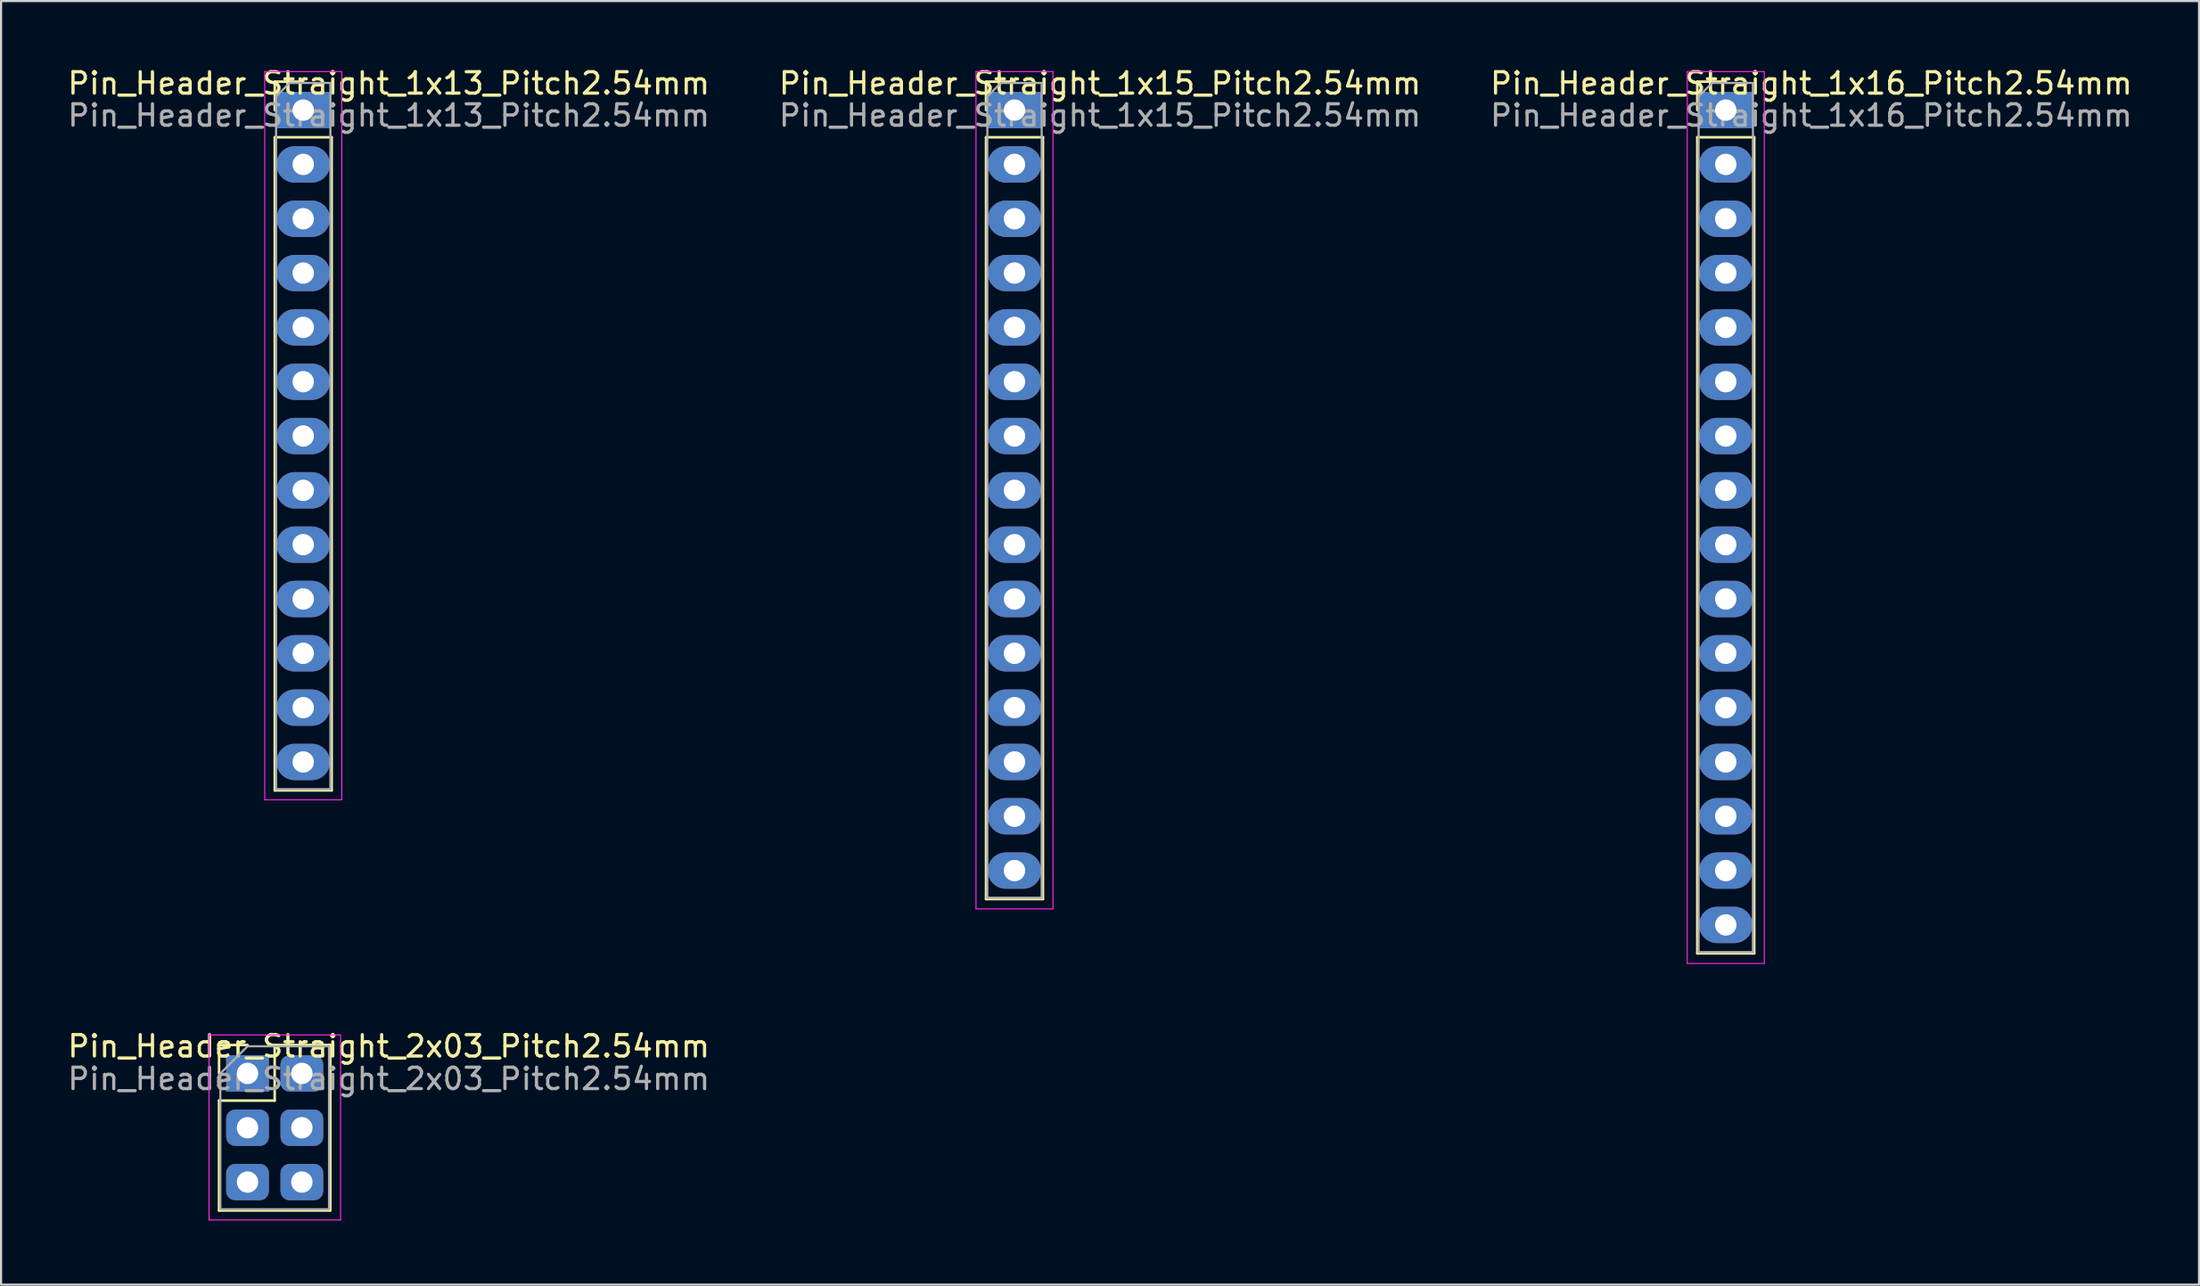
<source format=kicad_pcb>
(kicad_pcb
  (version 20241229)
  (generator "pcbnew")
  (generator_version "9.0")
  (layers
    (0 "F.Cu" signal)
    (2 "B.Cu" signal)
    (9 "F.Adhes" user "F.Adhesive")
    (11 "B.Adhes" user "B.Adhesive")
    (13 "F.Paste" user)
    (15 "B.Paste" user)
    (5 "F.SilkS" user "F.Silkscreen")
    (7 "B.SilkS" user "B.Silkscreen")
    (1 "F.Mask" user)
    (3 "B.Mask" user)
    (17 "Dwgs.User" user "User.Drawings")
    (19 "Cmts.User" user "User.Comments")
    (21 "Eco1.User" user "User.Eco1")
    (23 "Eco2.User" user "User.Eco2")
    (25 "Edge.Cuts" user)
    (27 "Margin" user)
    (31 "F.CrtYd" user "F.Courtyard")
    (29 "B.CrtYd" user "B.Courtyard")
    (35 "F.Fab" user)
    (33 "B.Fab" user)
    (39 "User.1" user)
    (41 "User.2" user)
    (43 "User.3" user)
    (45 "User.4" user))
  (footprint "Pin_Header_Straight_1x13_Pitch2.54mm"
    (layer "F.Cu")
    (at 11.125 2.098)
    (property "Reference" "Pin_Header_Straight_1x13_Pitch2.54mm" (at 4 -1.25 0) (layer "F.SilkS") (effects (font (size 1 1) (thickness 0.15))))
    (attr through_hole)
    (fp_line (start -1.33 -1.33) (end 0 -1.33) (stroke (width 0.12) (type solid)) (layer "F.SilkS"))
    (fp_line (start -1.33 0) (end -1.33 -1.33) (stroke (width 0.12) (type solid)) (layer "F.SilkS"))
    (fp_line (start -1.33 1.27) (end -1.33 31.81) (stroke (width 0.12) (type solid)) (layer "F.SilkS"))
    (fp_line (start -1.33 1.27) (end 1.33 1.27) (stroke (width 0.12) (type solid)) (layer "F.SilkS"))
    (fp_line (start -1.33 31.81) (end 1.33 31.81) (stroke (width 0.12) (type solid)) (layer "F.SilkS"))
    (fp_line (start 1.33 1.27) (end 1.33 31.81) (stroke (width 0.12) (type solid)) (layer "F.SilkS"))
    (fp_line (start -1.8 -1.8) (end -1.8 32.25) (stroke (width 0.05) (type solid)) (layer "F.CrtYd"))
    (fp_line (start -1.8 32.25) (end 1.8 32.25) (stroke (width 0.05) (type solid)) (layer "F.CrtYd"))
    (fp_line (start 1.8 -1.8) (end -1.8 -1.8) (stroke (width 0.05) (type solid)) (layer "F.CrtYd"))
    (fp_line (start 1.8 32.25) (end 1.8 -1.8) (stroke (width 0.05) (type solid)) (layer "F.CrtYd"))
    (fp_line (start -1.27 -0.635) (end -0.635 -1.27) (stroke (width 0.1) (type solid)) (layer "F.Fab"))
    (fp_line (start -1.27 31.75) (end -1.27 -0.635) (stroke (width 0.1) (type solid)) (layer "F.Fab"))
    (fp_line (start -0.635 -1.27) (end 1.27 -1.27) (stroke (width 0.1) (type solid)) (layer "F.Fab"))
    (fp_line (start 1.27 -1.27) (end 1.27 31.75) (stroke (width 0.1) (type solid)) (layer "F.Fab"))
    (fp_line (start 1.27 31.75) (end -1.27 31.75) (stroke (width 0.1) (type solid)) (layer "F.Fab"))
    (fp_text user "${REFERENCE}" (at 4 0.25 180) (layer "F.Fab") (effects (font (size 1 1) (thickness 0.15))))
    (pad "1" thru_hole rect (at 0 0) (size 2.5 1.7) (drill 1) (layers "*.Cu" "*.Mask"))
    (pad "2" thru_hole oval (at 0 2.54) (size 2.5 1.7) (drill 1) (layers "*.Cu" "*.Mask"))
    (pad "3" thru_hole oval (at 0 5.08) (size 2.5 1.7) (drill 1) (layers "*.Cu" "*.Mask"))
    (pad "4" thru_hole oval (at 0 7.62) (size 2.5 1.7) (drill 1) (layers "*.Cu" "*.Mask"))
    (pad "5" thru_hole oval (at 0 10.16) (size 2.5 1.7) (drill 1) (layers "*.Cu" "*.Mask"))
    (pad "6" thru_hole oval (at 0 12.7) (size 2.5 1.7) (drill 1) (layers "*.Cu" "*.Mask"))
    (pad "7" thru_hole oval (at 0 15.24) (size 2.5 1.7) (drill 1) (layers "*.Cu" "*.Mask"))
    (pad "8" thru_hole oval (at 0 17.78) (size 2.5 1.7) (drill 1) (layers "*.Cu" "*.Mask"))
    (pad "9" thru_hole oval (at 0 20.32) (size 2.5 1.7) (drill 1) (layers "*.Cu" "*.Mask"))
    (pad "10" thru_hole oval (at 0 22.86) (size 2.5 1.7) (drill 1) (layers "*.Cu" "*.Mask"))
    (pad "11" thru_hole oval (at 0 25.4) (size 2.5 1.7) (drill 1) (layers "*.Cu" "*.Mask"))
    (pad "12" thru_hole oval (at 0 27.94) (size 2.5 1.7) (drill 1) (layers "*.Cu" "*.Mask"))
    (pad "13" thru_hole oval (at 0 30.48) (size 2.5 1.7) (drill 1) (layers "*.Cu" "*.Mask")))
  (footprint "Pin_Header_Straight_1x16_Pitch2.54mm"
    (layer "F.Cu")
    (at 77.625 2.098)
    (property "Reference" "Pin_Header_Straight_1x16_Pitch2.54mm" (at 4 -1.25 0) (layer "F.SilkS") (effects (font (size 1 1) (thickness 0.15))))
    (attr through_hole)
    (fp_line (start -1.33 -1.33) (end 0 -1.33) (stroke (width 0.12) (type solid)) (layer "F.SilkS"))
    (fp_line (start -1.33 0) (end -1.33 -1.33) (stroke (width 0.12) (type solid)) (layer "F.SilkS"))
    (fp_line (start -1.33 1.27) (end -1.33 39.43) (stroke (width 0.12) (type solid)) (layer "F.SilkS"))
    (fp_line (start -1.33 1.27) (end 1.33 1.27) (stroke (width 0.12) (type solid)) (layer "F.SilkS"))
    (fp_line (start -1.33 39.43) (end 1.33 39.43) (stroke (width 0.12) (type solid)) (layer "F.SilkS"))
    (fp_line (start 1.33 1.27) (end 1.33 39.43) (stroke (width 0.12) (type solid)) (layer "F.SilkS"))
    (fp_line (start -1.8 -1.8) (end -1.8 39.9) (stroke (width 0.05) (type solid)) (layer "F.CrtYd"))
    (fp_line (start -1.8 39.9) (end 1.8 39.9) (stroke (width 0.05) (type solid)) (layer "F.CrtYd"))
    (fp_line (start 1.8 -1.8) (end -1.8 -1.8) (stroke (width 0.05) (type solid)) (layer "F.CrtYd"))
    (fp_line (start 1.8 39.9) (end 1.8 -1.8) (stroke (width 0.05) (type solid)) (layer "F.CrtYd"))
    (fp_line (start -1.27 -0.635) (end -0.635 -1.27) (stroke (width 0.1) (type solid)) (layer "F.Fab"))
    (fp_line (start -1.27 39.37) (end -1.27 -0.635) (stroke (width 0.1) (type solid)) (layer "F.Fab"))
    (fp_line (start -0.635 -1.27) (end 1.27 -1.27) (stroke (width 0.1) (type solid)) (layer "F.Fab"))
    (fp_line (start 1.27 -1.27) (end 1.27 39.37) (stroke (width 0.1) (type solid)) (layer "F.Fab"))
    (fp_line (start 1.27 39.37) (end -1.27 39.37) (stroke (width 0.1) (type solid)) (layer "F.Fab"))
    (fp_text user "${REFERENCE}" (at 4 0.25 180) (layer "F.Fab") (effects (font (size 1 1) (thickness 0.15))))
    (pad "1" thru_hole rect (at 0 0) (size 2.5 1.7) (drill 1) (layers "*.Cu" "*.Mask"))
    (pad "2" thru_hole oval (at 0 2.54) (size 2.5 1.7) (drill 1) (layers "*.Cu" "*.Mask"))
    (pad "3" thru_hole oval (at 0 5.08) (size 2.5 1.7) (drill 1) (layers "*.Cu" "*.Mask"))
    (pad "4" thru_hole oval (at 0 7.62) (size 2.5 1.7) (drill 1) (layers "*.Cu" "*.Mask"))
    (pad "5" thru_hole oval (at 0 10.16) (size 2.5 1.7) (drill 1) (layers "*.Cu" "*.Mask"))
    (pad "6" thru_hole oval (at 0 12.7) (size 2.5 1.7) (drill 1) (layers "*.Cu" "*.Mask"))
    (pad "7" thru_hole oval (at 0 15.24) (size 2.5 1.7) (drill 1) (layers "*.Cu" "*.Mask"))
    (pad "8" thru_hole oval (at 0 17.78) (size 2.5 1.7) (drill 1) (layers "*.Cu" "*.Mask"))
    (pad "9" thru_hole oval (at 0 20.32) (size 2.5 1.7) (drill 1) (layers "*.Cu" "*.Mask"))
    (pad "10" thru_hole oval (at 0 22.86) (size 2.5 1.7) (drill 1) (layers "*.Cu" "*.Mask"))
    (pad "11" thru_hole oval (at 0 25.4) (size 2.5 1.7) (drill 1) (layers "*.Cu" "*.Mask"))
    (pad "12" thru_hole oval (at 0 27.94) (size 2.5 1.7) (drill 1) (layers "*.Cu" "*.Mask"))
    (pad "13" thru_hole oval (at 0 30.48) (size 2.5 1.7) (drill 1) (layers "*.Cu" "*.Mask"))
    (pad "14" thru_hole oval (at 0 33.02) (size 2.5 1.7) (drill 1) (layers "*.Cu" "*.Mask"))
    (pad "15" thru_hole oval (at 0 35.56) (size 2.5 1.7) (drill 1) (layers "*.Cu" "*.Mask"))
    (pad "16" thru_hole oval (at 0 38.1) (size 2.5 1.7) (drill 1) (layers "*.Cu" "*.Mask")))
  (footprint "Pin_Header_Straight_2x03_Pitch2.54mm"
    (layer "F.Cu")
    (at 8.521 47.142)
    (property "Reference" "Pin_Header_Straight_2x03_Pitch2.54mm" (at 6.604 -1.27 0) (layer "F.SilkS") (effects (font (size 1 1) (thickness 0.15))))
    (attr through_hole)
    (fp_line (start -1.33 -1.33) (end 0 -1.33) (stroke (width 0.12) (type solid)) (layer "F.SilkS"))
    (fp_line (start -1.33 0) (end -1.33 -1.33) (stroke (width 0.12) (type solid)) (layer "F.SilkS"))
    (fp_line (start -1.33 1.27) (end -1.33 6.41) (stroke (width 0.12) (type solid)) (layer "F.SilkS"))
    (fp_line (start -1.33 1.27) (end 1.27 1.27) (stroke (width 0.12) (type solid)) (layer "F.SilkS"))
    (fp_line (start -1.33 6.41) (end 3.87 6.41) (stroke (width 0.12) (type solid)) (layer "F.SilkS"))
    (fp_line (start 1.27 -1.33) (end 3.87 -1.33) (stroke (width 0.12) (type solid)) (layer "F.SilkS"))
    (fp_line (start 1.27 1.27) (end 1.27 -1.33) (stroke (width 0.12) (type solid)) (layer "F.SilkS"))
    (fp_line (start 3.87 -1.33) (end 3.87 6.41) (stroke (width 0.12) (type solid)) (layer "F.SilkS"))
    (fp_line (start -1.8 -1.8) (end -1.8 6.85) (stroke (width 0.05) (type solid)) (layer "F.CrtYd"))
    (fp_line (start -1.8 6.85) (end 4.35 6.85) (stroke (width 0.05) (type solid)) (layer "F.CrtYd"))
    (fp_line (start 4.35 -1.8) (end -1.8 -1.8) (stroke (width 0.05) (type solid)) (layer "F.CrtYd"))
    (fp_line (start 4.35 6.85) (end 4.35 -1.8) (stroke (width 0.05) (type solid)) (layer "F.CrtYd"))
    (fp_line (start -1.27 0) (end 0 -1.27) (stroke (width 0.1) (type solid)) (layer "F.Fab"))
    (fp_line (start -1.27 6.35) (end -1.27 0) (stroke (width 0.1) (type solid)) (layer "F.Fab"))
    (fp_line (start 0 -1.27) (end 3.81 -1.27) (stroke (width 0.1) (type solid)) (layer "F.Fab"))
    (fp_line (start 3.81 -1.27) (end 3.81 6.35) (stroke (width 0.1) (type solid)) (layer "F.Fab"))
    (fp_line (start 3.81 6.35) (end -1.27 6.35) (stroke (width 0.1) (type solid)) (layer "F.Fab"))
    (fp_text user "${REFERENCE}" (at 6.604 0.254 180) (layer "F.Fab") (effects (font (size 1 1) (thickness 0.15))))
    (pad "1" thru_hole rect (at 0 0) (size 2 1.7) (drill 1) (layers "*.Cu" "*.Mask"))
    (pad "2" thru_hole roundrect (at 2.54 0) (size 2 1.7) (drill 1) (layers "*.Cu" "*.Mask") (roundrect_rratio 0.25))
    (pad "3" thru_hole roundrect (at 0 2.54) (size 2 1.7) (drill 1) (layers "*.Cu" "*.Mask") (roundrect_rratio 0.25))
    (pad "4" thru_hole roundrect (at 2.54 2.54) (size 2 1.7) (drill 1) (layers "*.Cu" "*.Mask") (roundrect_rratio 0.25))
    (pad "5" thru_hole roundrect (at 0 5.08) (size 2 1.7) (drill 1) (layers "*.Cu" "*.Mask") (roundrect_rratio 0.25))
    (pad "6" thru_hole roundrect (at 2.54 5.08) (size 2 1.7) (drill 1) (layers "*.Cu" "*.Mask") (roundrect_rratio 0.25)))
  (footprint "Pin_Header_Straight_1x15_Pitch2.54mm"
    (layer "F.Cu")
    (at 44.375 2.098)
    (property "Reference" "Pin_Header_Straight_1x15_Pitch2.54mm" (at 4 -1.25 0) (layer "F.SilkS") (effects (font (size 1 1) (thickness 0.15))))
    (attr through_hole)
    (fp_line (start -1.33 -1.33) (end 0 -1.33) (stroke (width 0.12) (type solid)) (layer "F.SilkS"))
    (fp_line (start -1.33 0) (end -1.33 -1.33) (stroke (width 0.12) (type solid)) (layer "F.SilkS"))
    (fp_line (start -1.33 1.27) (end -1.33 36.89) (stroke (width 0.12) (type solid)) (layer "F.SilkS"))
    (fp_line (start -1.33 1.27) (end 1.33 1.27) (stroke (width 0.12) (type solid)) (layer "F.SilkS"))
    (fp_line (start -1.33 36.89) (end 1.33 36.89) (stroke (width 0.12) (type solid)) (layer "F.SilkS"))
    (fp_line (start 1.33 1.27) (end 1.33 36.89) (stroke (width 0.12) (type solid)) (layer "F.SilkS"))
    (fp_line (start -1.8 -1.8) (end -1.8 37.35) (stroke (width 0.05) (type solid)) (layer "F.CrtYd"))
    (fp_line (start -1.8 37.35) (end 1.8 37.35) (stroke (width 0.05) (type solid)) (layer "F.CrtYd"))
    (fp_line (start 1.8 -1.8) (end -1.8 -1.8) (stroke (width 0.05) (type solid)) (layer "F.CrtYd"))
    (fp_line (start 1.8 37.35) (end 1.8 -1.8) (stroke (width 0.05) (type solid)) (layer "F.CrtYd"))
    (fp_line (start -1.27 -0.635) (end -0.635 -1.27) (stroke (width 0.1) (type solid)) (layer "F.Fab"))
    (fp_line (start -1.27 36.83) (end -1.27 -0.635) (stroke (width 0.1) (type solid)) (layer "F.Fab"))
    (fp_line (start -0.635 -1.27) (end 1.27 -1.27) (stroke (width 0.1) (type solid)) (layer "F.Fab"))
    (fp_line (start 1.27 -1.27) (end 1.27 36.83) (stroke (width 0.1) (type solid)) (layer "F.Fab"))
    (fp_line (start 1.27 36.83) (end -1.27 36.83) (stroke (width 0.1) (type solid)) (layer "F.Fab"))
    (fp_text user "${REFERENCE}" (at 4 0.25 180) (layer "F.Fab") (effects (font (size 1 1) (thickness 0.15))))
    (pad "1" thru_hole rect (at 0 0) (size 2.5 1.7) (drill 1) (layers "*.Cu" "*.Mask"))
    (pad "2" thru_hole oval (at 0 2.54) (size 2.5 1.7) (drill 1) (layers "*.Cu" "*.Mask"))
    (pad "3" thru_hole oval (at 0 5.08) (size 2.5 1.7) (drill 1) (layers "*.Cu" "*.Mask"))
    (pad "4" thru_hole oval (at 0 7.62) (size 2.5 1.7) (drill 1) (layers "*.Cu" "*.Mask"))
    (pad "5" thru_hole oval (at 0 10.16) (size 2.5 1.7) (drill 1) (layers "*.Cu" "*.Mask"))
    (pad "6" thru_hole oval (at 0 12.7) (size 2.5 1.7) (drill 1) (layers "*.Cu" "*.Mask"))
    (pad "7" thru_hole oval (at 0 15.24) (size 2.5 1.7) (drill 1) (layers "*.Cu" "*.Mask"))
    (pad "8" thru_hole oval (at 0 17.78) (size 2.5 1.7) (drill 1) (layers "*.Cu" "*.Mask"))
    (pad "9" thru_hole oval (at 0 20.32) (size 2.5 1.7) (drill 1) (layers "*.Cu" "*.Mask"))
    (pad "10" thru_hole oval (at 0 22.86) (size 2.5 1.7) (drill 1) (layers "*.Cu" "*.Mask"))
    (pad "11" thru_hole oval (at 0 25.4) (size 2.5 1.7) (drill 1) (layers "*.Cu" "*.Mask"))
    (pad "12" thru_hole oval (at 0 27.94) (size 2.5 1.7) (drill 1) (layers "*.Cu" "*.Mask"))
    (pad "13" thru_hole oval (at 0 30.48) (size 2.5 1.7) (drill 1) (layers "*.Cu" "*.Mask"))
    (pad "14" thru_hole oval (at 0 33.02) (size 2.5 1.7) (drill 1) (layers "*.Cu" "*.Mask"))
    (pad "15" thru_hole oval (at 0 35.56) (size 2.5 1.7) (drill 1) (layers "*.Cu" "*.Mask")))
  (gr_rect
    (start -3 -3)
    (end 99.75 57.017)
    (stroke (width 0.1) (type default))
    (fill no)
    (layer "Edge.Cuts")))
</source>
